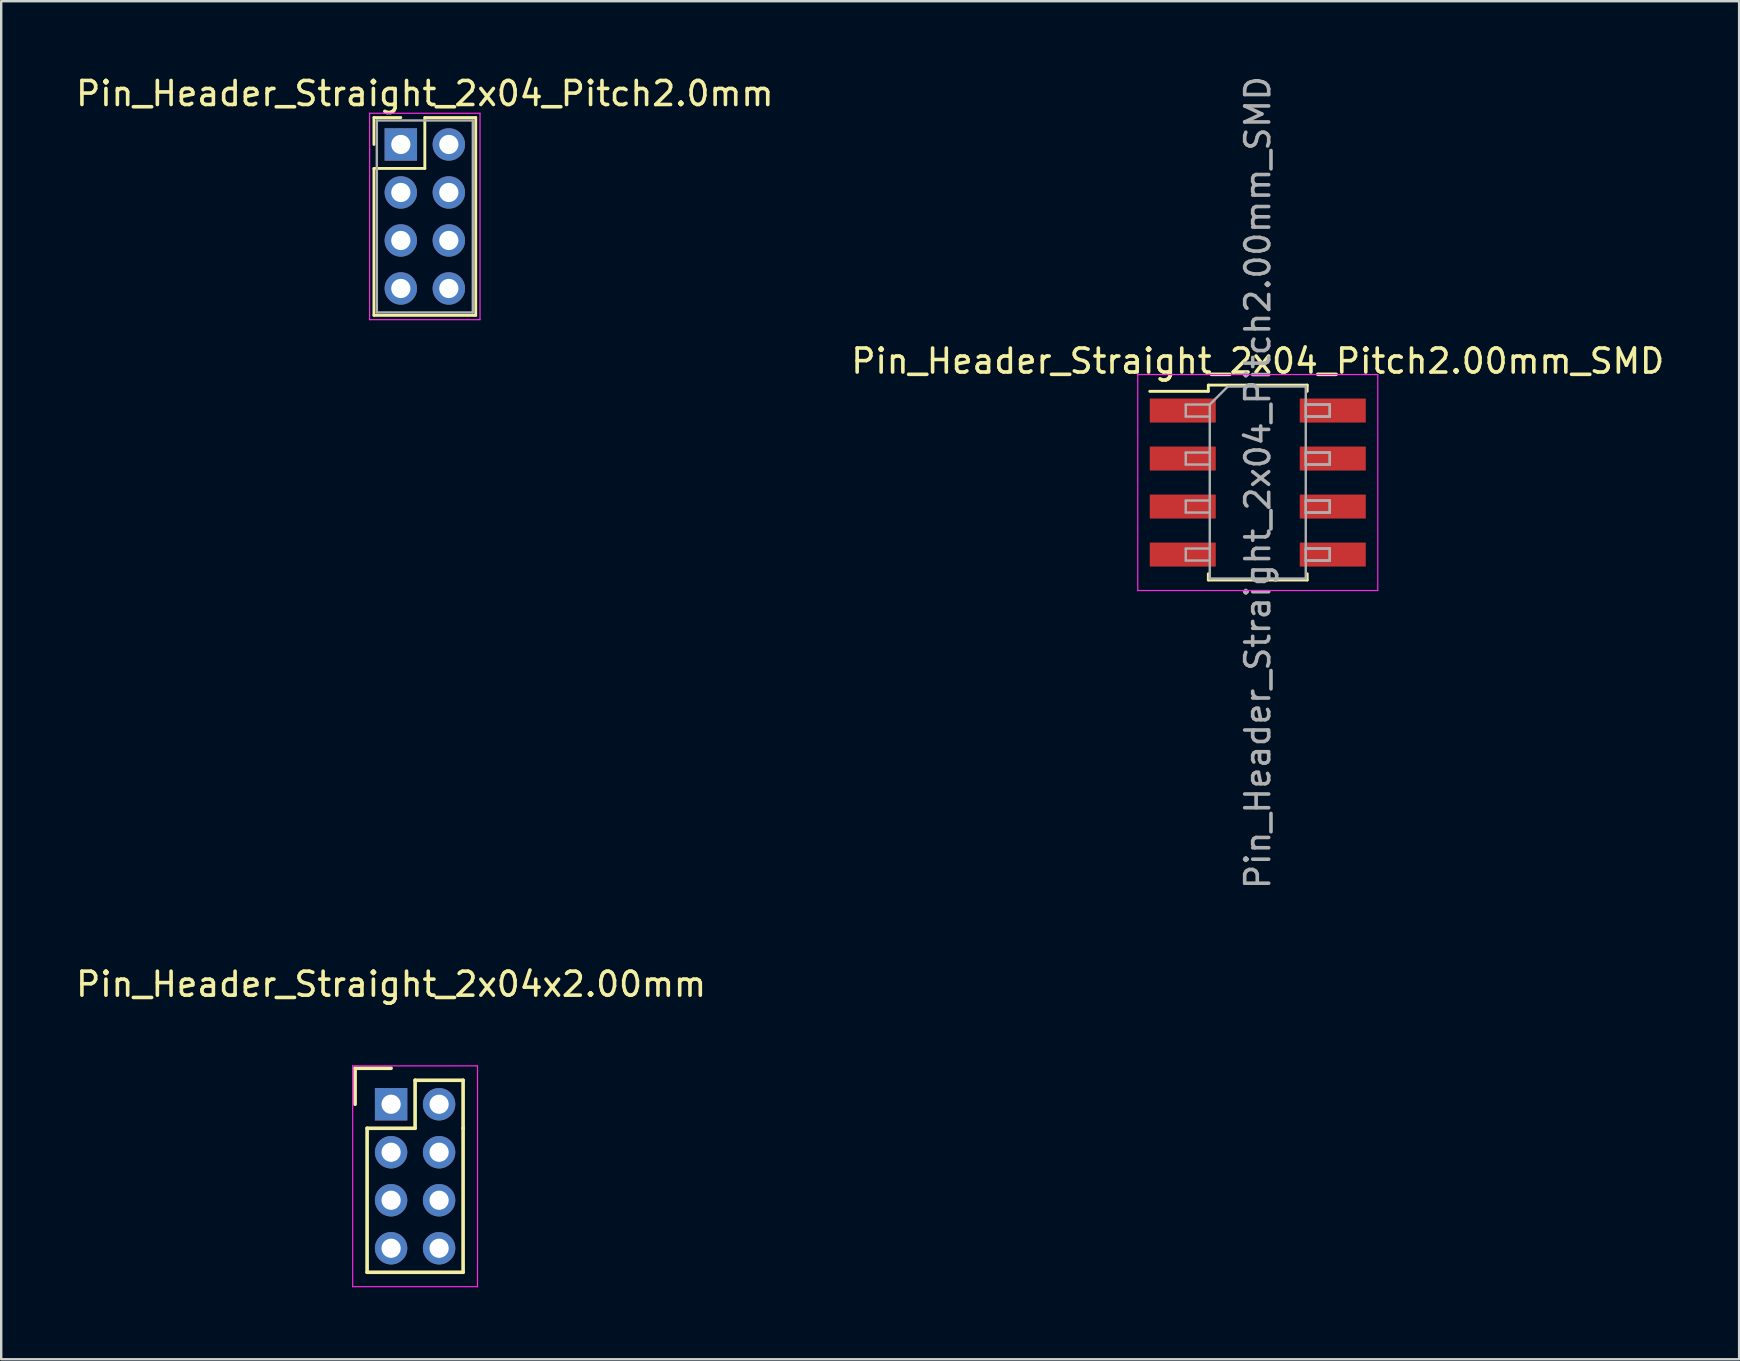
<source format=kicad_pcb>
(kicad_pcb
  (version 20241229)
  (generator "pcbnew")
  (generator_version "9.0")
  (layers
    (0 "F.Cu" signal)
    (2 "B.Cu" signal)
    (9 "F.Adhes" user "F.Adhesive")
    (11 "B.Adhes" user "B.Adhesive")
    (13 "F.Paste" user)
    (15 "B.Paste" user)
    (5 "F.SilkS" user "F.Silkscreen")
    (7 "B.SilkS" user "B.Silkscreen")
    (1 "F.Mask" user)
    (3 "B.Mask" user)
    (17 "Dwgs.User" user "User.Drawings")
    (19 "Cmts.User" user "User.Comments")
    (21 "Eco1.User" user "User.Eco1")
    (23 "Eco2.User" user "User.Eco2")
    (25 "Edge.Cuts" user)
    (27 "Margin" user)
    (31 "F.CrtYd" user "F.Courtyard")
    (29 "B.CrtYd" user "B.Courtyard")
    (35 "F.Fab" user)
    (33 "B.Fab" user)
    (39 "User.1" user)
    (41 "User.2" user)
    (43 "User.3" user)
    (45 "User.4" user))
  (footprint "Pin_Header_Straight_2x04x2.00mm"
    (layer "F.Cu")
    (at 13.244 42.955)
    (property "Reference" "Pin_Header_Straight_2x04x2.00mm" (at 0 -5 0) (layer "F.SilkS") (effects (font (size 1 1) (thickness 0.15))))
    (attr through_hole)
    (fp_line (start -1.5 -1.5) (end 0 -1.5) (stroke (width 0.15) (type solid)) (layer "F.SilkS"))
    (fp_line (start -1.5 0) (end -1.5 -1.5) (stroke (width 0.15) (type solid)) (layer "F.SilkS"))
    (fp_line (start -1 1) (end 1 1) (stroke (width 0.15) (type solid)) (layer "F.SilkS"))
    (fp_line (start -1 7) (end -1 1) (stroke (width 0.15) (type solid)) (layer "F.SilkS"))
    (fp_line (start 1 -1) (end 3 -1) (stroke (width 0.15) (type solid)) (layer "F.SilkS"))
    (fp_line (start 1 1) (end 1 -1) (stroke (width 0.15) (type solid)) (layer "F.SilkS"))
    (fp_line (start 3 -1) (end 3 1) (stroke (width 0.15) (type solid)) (layer "F.SilkS"))
    (fp_line (start 3 1) (end 3 7) (stroke (width 0.15) (type solid)) (layer "F.SilkS"))
    (fp_line (start 3 7) (end -1 7) (stroke (width 0.15) (type solid)) (layer "F.SilkS"))
    (fp_line (start -1.6 -1.6) (end 3.6 -1.6) (stroke (width 0.05) (type solid)) (layer "F.CrtYd"))
    (fp_line (start -1.6 7.6) (end -1.6 -1.6) (stroke (width 0.05) (type solid)) (layer "F.CrtYd"))
    (fp_line (start 3.6 -1.6) (end 3.6 7.6) (stroke (width 0.05) (type solid)) (layer "F.CrtYd"))
    (fp_line (start 3.6 7.6) (end -1.6 7.6) (stroke (width 0.05) (type solid)) (layer "F.CrtYd"))
    (pad "1" thru_hole rect (at 0 0) (size 1.35 1.35) (drill 0.8) (layers "*.Cu" "*.Mask"))
    (pad "2" thru_hole circle (at 2 0) (size 1.35 1.35) (drill 0.8) (layers "*.Cu" "*.Mask"))
    (pad "3" thru_hole circle (at 0 2) (size 1.35 1.35) (drill 0.8) (layers "*.Cu" "*.Mask"))
    (pad "4" thru_hole circle (at 2 2) (size 1.35 1.35) (drill 0.8) (layers "*.Cu" "*.Mask"))
    (pad "5" thru_hole circle (at 0 4) (size 1.35 1.35) (drill 0.8) (layers "*.Cu" "*.Mask"))
    (pad "6" thru_hole circle (at 2 4) (size 1.35 1.35) (drill 0.8) (layers "*.Cu" "*.Mask"))
    (pad "7" thru_hole circle (at 0 6) (size 1.35 1.35) (drill 0.8) (layers "*.Cu" "*.Mask"))
    (pad "8" thru_hole circle (at 2 6) (size 1.35 1.35) (drill 0.8) (layers "*.Cu" "*.Mask")))
  (footprint "Pin_Header_Straight_2x04_Pitch2.00mm_SMD"
    (layer "F.Cu")
    (at 49.351 17.054)
    (property "Reference" "Pin_Header_Straight_2x04_Pitch2.00mm_SMD" (at 0 -5.06 0) (layer "F.SilkS") (effects (font (size 1 1) (thickness 0.15))))
    (attr smd)
    (fp_line (start -4.5 -3.8) (end -2.06 -3.8) (stroke (width 0.12) (type solid)) (layer "F.SilkS"))
    (fp_line (start -2.06 -4.06) (end 2.06 -4.06) (stroke (width 0.12) (type solid)) (layer "F.SilkS"))
    (fp_line (start -2.06 -3.8) (end -2.06 -4.06) (stroke (width 0.12) (type solid)) (layer "F.SilkS"))
    (fp_line (start -2.06 3.8) (end -2.06 4.06) (stroke (width 0.12) (type solid)) (layer "F.SilkS"))
    (fp_line (start -2.06 4.06) (end 2.06 4.06) (stroke (width 0.12) (type solid)) (layer "F.SilkS"))
    (fp_line (start 2.06 -4.06) (end 2.06 -3.8) (stroke (width 0.12) (type solid)) (layer "F.SilkS"))
    (fp_line (start 2.06 4.06) (end 2.06 3.8) (stroke (width 0.12) (type solid)) (layer "F.SilkS"))
    (fp_line (start -5 -4.5) (end -5 4.5) (stroke (width 0.05) (type solid)) (layer "F.CrtYd"))
    (fp_line (start -5 4.5) (end 5 4.5) (stroke (width 0.05) (type solid)) (layer "F.CrtYd"))
    (fp_line (start 5 -4.5) (end -5 -4.5) (stroke (width 0.05) (type solid)) (layer "F.CrtYd"))
    (fp_line (start 5 4.5) (end 5 -4.5) (stroke (width 0.05) (type solid)) (layer "F.CrtYd"))
    (fp_line (start -3 -3.25) (end -3 -2.75) (stroke (width 0.1) (type solid)) (layer "F.Fab"))
    (fp_line (start -3 -2.75) (end -2 -2.75) (stroke (width 0.1) (type solid)) (layer "F.Fab"))
    (fp_line (start -3 -1.25) (end -3 -0.75) (stroke (width 0.1) (type solid)) (layer "F.Fab"))
    (fp_line (start -3 -0.75) (end -2 -0.75) (stroke (width 0.1) (type solid)) (layer "F.Fab"))
    (fp_line (start -3 0.75) (end -3 1.25) (stroke (width 0.1) (type solid)) (layer "F.Fab"))
    (fp_line (start -3 1.25) (end -2 1.25) (stroke (width 0.1) (type solid)) (layer "F.Fab"))
    (fp_line (start -3 2.75) (end -3 3.25) (stroke (width 0.1) (type solid)) (layer "F.Fab"))
    (fp_line (start -3 3.25) (end -2 3.25) (stroke (width 0.1) (type solid)) (layer "F.Fab"))
    (fp_line (start -2 -3.25) (end -3 -3.25) (stroke (width 0.1) (type solid)) (layer "F.Fab"))
    (fp_line (start -2 -3.25) (end -1.25 -4) (stroke (width 0.1) (type solid)) (layer "F.Fab"))
    (fp_line (start -2 -1.25) (end -3 -1.25) (stroke (width 0.1) (type solid)) (layer "F.Fab"))
    (fp_line (start -2 0.75) (end -3 0.75) (stroke (width 0.1) (type solid)) (layer "F.Fab"))
    (fp_line (start -2 2.75) (end -3 2.75) (stroke (width 0.1) (type solid)) (layer "F.Fab"))
    (fp_line (start -2 4) (end -2 -3.25) (stroke (width 0.1) (type solid)) (layer "F.Fab"))
    (fp_line (start -1.25 -4) (end 2 -4) (stroke (width 0.1) (type solid)) (layer "F.Fab"))
    (fp_line (start 2 -4) (end 2 4) (stroke (width 0.1) (type solid)) (layer "F.Fab"))
    (fp_line (start 2 -3.25) (end 2 -2.75) (stroke (width 0.1) (type solid)) (layer "F.Fab"))
    (fp_line (start 2 -3.25) (end 3 -3.25) (stroke (width 0.1) (type solid)) (layer "F.Fab"))
    (fp_line (start 2 -2.75) (end 3 -2.75) (stroke (width 0.1) (type solid)) (layer "F.Fab"))
    (fp_line (start 2 -1.25) (end 2 -0.75) (stroke (width 0.1) (type solid)) (layer "F.Fab"))
    (fp_line (start 2 -1.25) (end 3 -1.25) (stroke (width 0.1) (type solid)) (layer "F.Fab"))
    (fp_line (start 2 -0.75) (end 3 -0.75) (stroke (width 0.1) (type solid)) (layer "F.Fab"))
    (fp_line (start 2 0.75) (end 2 1.25) (stroke (width 0.1) (type solid)) (layer "F.Fab"))
    (fp_line (start 2 0.75) (end 3 0.75) (stroke (width 0.1) (type solid)) (layer "F.Fab"))
    (fp_line (start 2 1.25) (end 3 1.25) (stroke (width 0.1) (type solid)) (layer "F.Fab"))
    (fp_line (start 2 2.75) (end 2 3.25) (stroke (width 0.1) (type solid)) (layer "F.Fab"))
    (fp_line (start 2 2.75) (end 3 2.75) (stroke (width 0.1) (type solid)) (layer "F.Fab"))
    (fp_line (start 2 3.25) (end 3 3.25) (stroke (width 0.1) (type solid)) (layer "F.Fab"))
    (fp_line (start 2 4) (end -2 4) (stroke (width 0.1) (type solid)) (layer "F.Fab"))
    (fp_line (start 3 -3.25) (end 2 -3.25) (stroke (width 0.1) (type solid)) (layer "F.Fab"))
    (fp_line (start 3 -3.25) (end 3 -2.75) (stroke (width 0.1) (type solid)) (layer "F.Fab"))
    (fp_line (start 3 -2.75) (end 2 -2.75) (stroke (width 0.1) (type solid)) (layer "F.Fab"))
    (fp_line (start 3 -2.75) (end 3 -3.25) (stroke (width 0.1) (type solid)) (layer "F.Fab"))
    (fp_line (start 3 -1.25) (end 2 -1.25) (stroke (width 0.1) (type solid)) (layer "F.Fab"))
    (fp_line (start 3 -1.25) (end 3 -0.75) (stroke (width 0.1) (type solid)) (layer "F.Fab"))
    (fp_line (start 3 -0.75) (end 2 -0.75) (stroke (width 0.1) (type solid)) (layer "F.Fab"))
    (fp_line (start 3 -0.75) (end 3 -1.25) (stroke (width 0.1) (type solid)) (layer "F.Fab"))
    (fp_line (start 3 0.75) (end 2 0.75) (stroke (width 0.1) (type solid)) (layer "F.Fab"))
    (fp_line (start 3 0.75) (end 3 1.25) (stroke (width 0.1) (type solid)) (layer "F.Fab"))
    (fp_line (start 3 1.25) (end 2 1.25) (stroke (width 0.1) (type solid)) (layer "F.Fab"))
    (fp_line (start 3 1.25) (end 3 0.75) (stroke (width 0.1) (type solid)) (layer "F.Fab"))
    (fp_line (start 3 2.75) (end 2 2.75) (stroke (width 0.1) (type solid)) (layer "F.Fab"))
    (fp_line (start 3 2.75) (end 3 3.25) (stroke (width 0.1) (type solid)) (layer "F.Fab"))
    (fp_line (start 3 3.25) (end 2 3.25) (stroke (width 0.1) (type solid)) (layer "F.Fab"))
    (fp_line (start 3 3.25) (end 3 2.75) (stroke (width 0.1) (type solid)) (layer "F.Fab"))
    (fp_text user "${REFERENCE}" (at 0 0 90) (layer "F.Fab") (effects (font (size 1 1) (thickness 0.15))))
    (pad "1" smd rect (at -3.125 -3) (size 2.75 1) (layers "F.Cu" "F.Mask"))
    (pad "2" smd rect (at 3.125 -3) (size 2.75 1) (layers "F.Cu" "F.Mask"))
    (pad "3" smd rect (at -3.125 -1) (size 2.75 1) (layers "F.Cu" "F.Mask"))
    (pad "4" smd rect (at 3.125 -1) (size 2.75 1) (layers "F.Cu" "F.Mask"))
    (pad "5" smd rect (at -3.125 1) (size 2.75 1) (layers "F.Cu" "F.Mask"))
    (pad "6" smd rect (at 3.125 1) (size 2.75 1) (layers "F.Cu" "F.Mask"))
    (pad "7" smd rect (at -3.125 3) (size 2.75 1) (layers "F.Cu" "F.Mask"))
    (pad "8" smd rect (at 3.125 3) (size 2.75 1) (layers "F.Cu" "F.Mask")))
  (footprint "Pin_Header_Straight_2x04_Pitch2.0mm"
    (layer "F.Cu")
    (at 13.649 2.968)
    (property "Reference" "Pin_Header_Straight_2x04_Pitch2.0mm" (at 1 -2.12 0) (layer "F.SilkS") (effects (font (size 1 1) (thickness 0.15))))
    (attr through_hole)
    (fp_line (start -1.12 -1.12) (end 0 -1.12) (stroke (width 0.12) (type solid)) (layer "F.SilkS"))
    (fp_line (start -1.12 0) (end -1.12 -1.12) (stroke (width 0.12) (type solid)) (layer "F.SilkS"))
    (fp_line (start -1.12 1) (end -1.12 7.12) (stroke (width 0.12) (type solid)) (layer "F.SilkS"))
    (fp_line (start -1.12 7.12) (end 3.12 7.12) (stroke (width 0.12) (type solid)) (layer "F.SilkS"))
    (fp_line (start 1 -1.12) (end 1 1) (stroke (width 0.12) (type solid)) (layer "F.SilkS"))
    (fp_line (start 1 1) (end -1.12 1) (stroke (width 0.12) (type solid)) (layer "F.SilkS"))
    (fp_line (start 3.12 -1.12) (end 1 -1.12) (stroke (width 0.12) (type solid)) (layer "F.SilkS"))
    (fp_line (start 3.12 7.12) (end 3.12 -1.12) (stroke (width 0.12) (type solid)) (layer "F.SilkS"))
    (fp_line (start -1.3 -1.3) (end -1.3 7.3) (stroke (width 0.05) (type solid)) (layer "F.CrtYd"))
    (fp_line (start -1.3 7.3) (end 3.3 7.3) (stroke (width 0.05) (type solid)) (layer "F.CrtYd"))
    (fp_line (start 3.3 -1.3) (end -1.3 -1.3) (stroke (width 0.05) (type solid)) (layer "F.CrtYd"))
    (fp_line (start 3.3 7.3) (end 3.3 -1.3) (stroke (width 0.05) (type solid)) (layer "F.CrtYd"))
    (fp_line (start -1 -1) (end -1 7) (stroke (width 0.1) (type solid)) (layer "F.Fab"))
    (fp_line (start -1 7) (end 3 7) (stroke (width 0.1) (type solid)) (layer "F.Fab"))
    (fp_line (start 3 -1) (end -1 -1) (stroke (width 0.1) (type solid)) (layer "F.Fab"))
    (fp_line (start 3 7) (end 3 -1) (stroke (width 0.1) (type solid)) (layer "F.Fab"))
    (pad "1" thru_hole rect (at 0 0) (size 1.35 1.35) (drill 0.8) (layers "*.Cu" "*.Mask"))
    (pad "2" thru_hole oval (at 2 0) (size 1.35 1.35) (drill 0.8) (layers "*.Cu" "*.Mask"))
    (pad "3" thru_hole oval (at 0 2) (size 1.35 1.35) (drill 0.8) (layers "*.Cu" "*.Mask"))
    (pad "4" thru_hole oval (at 2 2) (size 1.35 1.35) (drill 0.8) (layers "*.Cu" "*.Mask"))
    (pad "5" thru_hole oval (at 0 4) (size 1.35 1.35) (drill 0.8) (layers "*.Cu" "*.Mask"))
    (pad "6" thru_hole oval (at 2 4) (size 1.35 1.35) (drill 0.8) (layers "*.Cu" "*.Mask"))
    (pad "7" thru_hole oval (at 0 6) (size 1.35 1.35) (drill 0.8) (layers "*.Cu" "*.Mask"))
    (pad "8" thru_hole oval (at 2 6) (size 1.35 1.35) (drill 0.8) (layers "*.Cu" "*.Mask")))
  (gr_rect
    (start -3 -3)
    (end 69.405 53.58)
    (stroke (width 0.1) (type default))
    (fill no)
    (layer "Edge.Cuts")))
</source>
